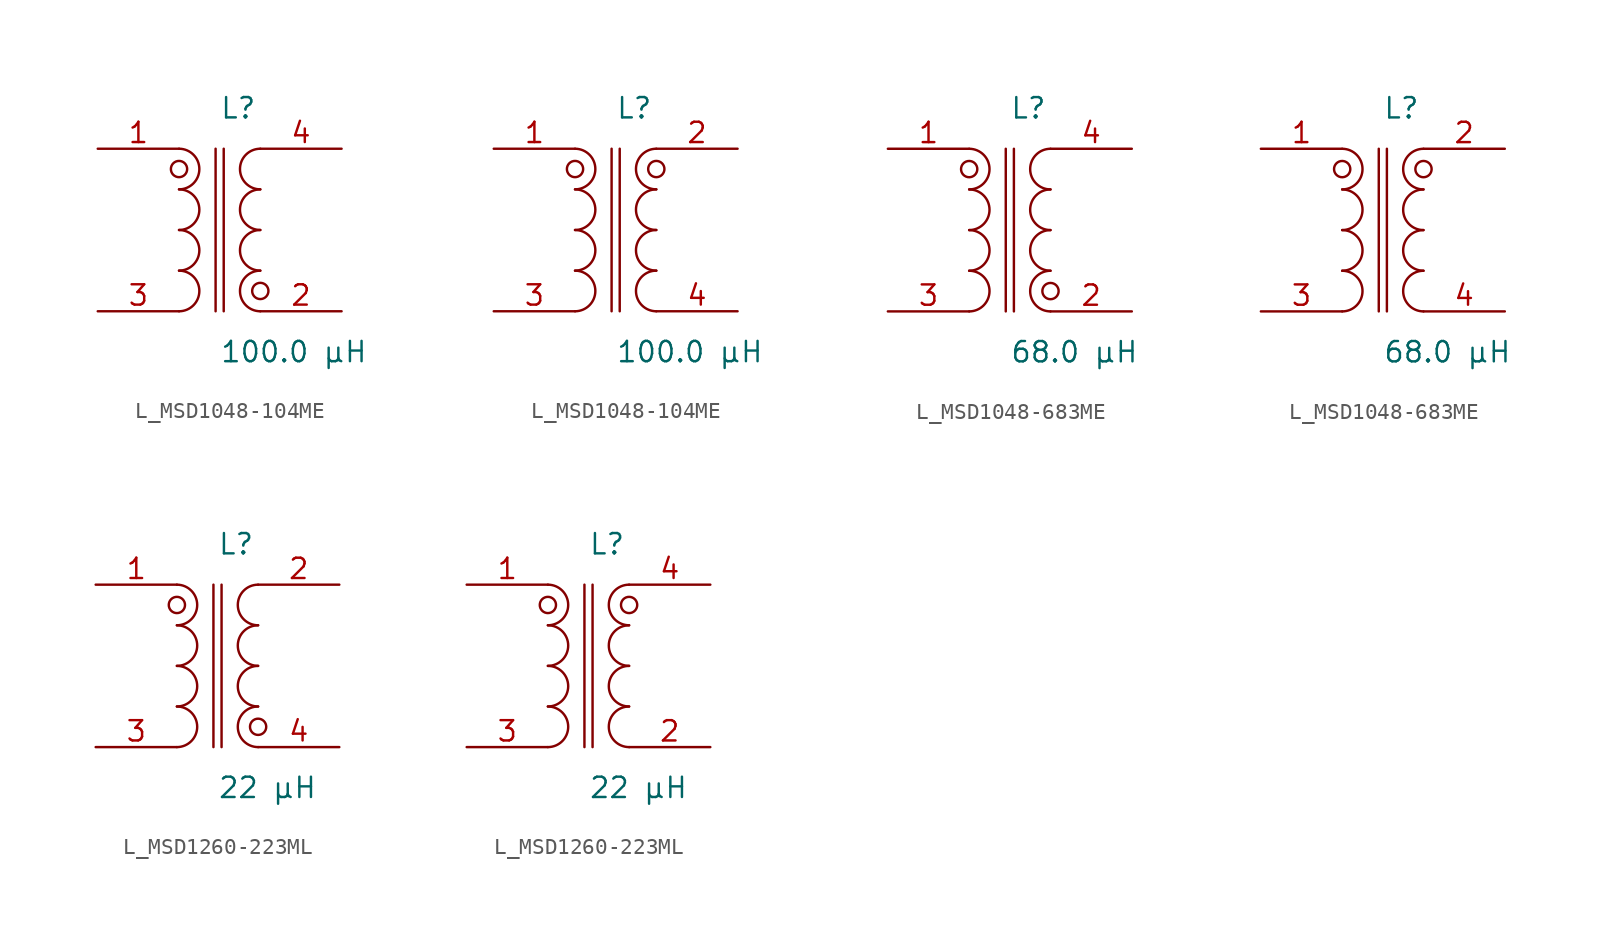
<source format=kicad_sym>
(kicad_symbol_lib
  (version 20231120)
  (generator kicad_symbol_editor)
  (generator_version 8.0)
  (symbol "L_MSD1048-104ME"
    (pin_names
      (offset 0.254))
    (property "Reference" "L"
      (at 0 7.62 0)
      (effects (font (size 1.27 1.27)) (justify left)))
    (property "Value" "100.0 µH"
      (at 0 -7.62 0)
      (effects (font (size 1.27 1.27)) (justify left)))
    (symbol "L_MSD1048-104ME_1_1"
      (arc (start -2.54 -5.08) (mid -1.27 -3.81) (end -2.54 -2.54) (stroke (width 0) (type default)) (fill (type none)))
      (arc (start -2.54 -2.54) (mid -1.27 -1.27) (end -2.54 0.0) (stroke (width 0) (type default)) (fill (type none)))
      (arc (start -2.54 0.0) (mid -1.27 1.27) (end -2.54 2.54) (stroke (width 0) (type default)) (fill (type none)))
      (arc (start -2.54 2.54) (mid -1.27 3.81) (end -2.54 5.08) (stroke (width 0) (type default)) (fill (type none)))
      (arc (start 2.54 -5.08) (mid 1.27 -3.81) (end 2.54 -2.54) (stroke (width 0) (type default)) (fill (type none)))
      (arc (start 2.54 -2.54) (mid 1.27 -1.27) (end 2.54 0.0) (stroke (width 0) (type default)) (fill (type none)))
      (arc (start 2.54 0.0) (mid 1.27 1.27) (end 2.54 2.54) (stroke (width 0) (type default)) (fill (type none)))
      (arc (start 2.54 2.54) (mid 1.27 3.81) (end 2.54 5.08) (stroke (width 0) (type default)) (fill (type none)))
      (circle (center -2.54 3.81) (radius 0.508) (stroke (width 0) (type default)) (fill (type none)))
      (circle (center 2.54 -3.81) (radius 0.508) (stroke (width 0) (type default)) (fill (type none)))
      (polyline (pts (xy -0.254 5.08) (xy -0.254 -5.08)) (stroke (width 0) (type default)) (fill (type none)))
      (polyline (pts (xy 0.254 5.08) (xy 0.254 -5.08)) (stroke (width 0) (type default)) (fill (type none)))
      (pin passive line (at -7.62 5.08 0) (length 5.08) (name "" (effects (font (size 1.27 1.27)))) (number "1" (effects (font (size 1.27 1.27)))))
      (pin passive line (at -7.62 -5.08 0) (length 5.08) (name "" (effects (font (size 1.27 1.27)))) (number "3" (effects (font (size 1.27 1.27)))))
      (pin passive line (at 7.62 5.08 180) (length 5.08) (name "" (effects (font (size 1.27 1.27)))) (number "4" (effects (font (size 1.27 1.27)))))
      (pin passive line (at 7.62 -5.08 180) (length 5.08) (name "" (effects (font (size 1.27 1.27)))) (number "2" (effects (font (size 1.27 1.27))))))
    (symbol "L_MSD1048-104ME_1_2"
      (arc (start -2.54 -5.08) (mid -1.27 -3.81) (end -2.54 -2.54) (stroke (width 0) (type default)) (fill (type none)))
      (arc (start -2.54 -2.54) (mid -1.27 -1.27) (end -2.54 0.0) (stroke (width 0) (type default)) (fill (type none)))
      (arc (start -2.54 0.0) (mid -1.27 1.27) (end -2.54 2.54) (stroke (width 0) (type default)) (fill (type none)))
      (arc (start -2.54 2.54) (mid -1.27 3.81) (end -2.54 5.08) (stroke (width 0) (type default)) (fill (type none)))
      (arc (start 2.54 -5.08) (mid 1.27 -3.81) (end 2.54 -2.54) (stroke (width 0) (type default)) (fill (type none)))
      (arc (start 2.54 -2.54) (mid 1.27 -1.27) (end 2.54 0.0) (stroke (width 0) (type default)) (fill (type none)))
      (arc (start 2.54 0.0) (mid 1.27 1.27) (end 2.54 2.54) (stroke (width 0) (type default)) (fill (type none)))
      (arc (start 2.54 2.54) (mid 1.27 3.81) (end 2.54 5.08) (stroke (width 0) (type default)) (fill (type none)))
      (circle (center -2.54 3.81) (radius 0.508) (stroke (width 0) (type default)) (fill (type none)))
      (circle (center 2.54 3.81) (radius 0.508) (stroke (width 0) (type default)) (fill (type none)))
      (polyline (pts (xy -0.254 5.08) (xy -0.254 -5.08)) (stroke (width 0) (type default)) (fill (type none)))
      (polyline (pts (xy 0.254 5.08) (xy 0.254 -5.08)) (stroke (width 0) (type default)) (fill (type none)))
      (pin passive line (at -7.62 5.08 0) (length 5.08) (name "" (effects (font (size 1.27 1.27)))) (number "1" (effects (font (size 1.27 1.27)))))
      (pin passive line (at -7.62 -5.08 0) (length 5.08) (name "" (effects (font (size 1.27 1.27)))) (number "3" (effects (font (size 1.27 1.27)))))
      (pin passive line (at 7.62 -5.08 180) (length 5.08) (name "" (effects (font (size 1.27 1.27)))) (number "4" (effects (font (size 1.27 1.27)))))
      (pin passive line (at 7.62 5.08 180) (length 5.08) (name "" (effects (font (size 1.27 1.27)))) (number "2" (effects (font (size 1.27 1.27)))))))
  (symbol "L_MSD1048-683ME"
    (pin_names
      (offset 0.254))
    (property "Reference" "L"
      (at 0 7.62 0)
      (effects (font (size 1.27 1.27)) (justify left)))
    (property "Value" "68.0 µH"
      (at 0 -7.62 0)
      (effects (font (size 1.27 1.27)) (justify left)))
    (symbol "L_MSD1048-683ME_1_1"
      (arc (start -2.54 -5.08) (mid -1.27 -3.81) (end -2.54 -2.54) (stroke (width 0) (type default)) (fill (type none)))
      (arc (start -2.54 -2.54) (mid -1.27 -1.27) (end -2.54 0.0) (stroke (width 0) (type default)) (fill (type none)))
      (arc (start -2.54 0.0) (mid -1.27 1.27) (end -2.54 2.54) (stroke (width 0) (type default)) (fill (type none)))
      (arc (start -2.54 2.54) (mid -1.27 3.81) (end -2.54 5.08) (stroke (width 0) (type default)) (fill (type none)))
      (arc (start 2.54 -5.08) (mid 1.27 -3.81) (end 2.54 -2.54) (stroke (width 0) (type default)) (fill (type none)))
      (arc (start 2.54 -2.54) (mid 1.27 -1.27) (end 2.54 0.0) (stroke (width 0) (type default)) (fill (type none)))
      (arc (start 2.54 0.0) (mid 1.27 1.27) (end 2.54 2.54) (stroke (width 0) (type default)) (fill (type none)))
      (arc (start 2.54 2.54) (mid 1.27 3.81) (end 2.54 5.08) (stroke (width 0) (type default)) (fill (type none)))
      (circle (center -2.54 3.81) (radius 0.508) (stroke (width 0) (type default)) (fill (type none)))
      (circle (center 2.54 -3.81) (radius 0.508) (stroke (width 0) (type default)) (fill (type none)))
      (polyline (pts (xy -0.254 5.08) (xy -0.254 -5.08)) (stroke (width 0) (type default)) (fill (type none)))
      (polyline (pts (xy 0.254 5.08) (xy 0.254 -5.08)) (stroke (width 0) (type default)) (fill (type none)))
      (pin passive line (at -7.62 5.08 0) (length 5.08) (name "" (effects (font (size 1.27 1.27)))) (number "1" (effects (font (size 1.27 1.27)))))
      (pin passive line (at -7.62 -5.08 0) (length 5.08) (name "" (effects (font (size 1.27 1.27)))) (number "3" (effects (font (size 1.27 1.27)))))
      (pin passive line (at 7.62 5.08 180) (length 5.08) (name "" (effects (font (size 1.27 1.27)))) (number "4" (effects (font (size 1.27 1.27)))))
      (pin passive line (at 7.62 -5.08 180) (length 5.08) (name "" (effects (font (size 1.27 1.27)))) (number "2" (effects (font (size 1.27 1.27))))))
    (symbol "L_MSD1048-683ME_1_2"
      (arc (start -2.54 -5.08) (mid -1.27 -3.81) (end -2.54 -2.54) (stroke (width 0) (type default)) (fill (type none)))
      (arc (start -2.54 -2.54) (mid -1.27 -1.27) (end -2.54 0.0) (stroke (width 0) (type default)) (fill (type none)))
      (arc (start -2.54 0.0) (mid -1.27 1.27) (end -2.54 2.54) (stroke (width 0) (type default)) (fill (type none)))
      (arc (start -2.54 2.54) (mid -1.27 3.81) (end -2.54 5.08) (stroke (width 0) (type default)) (fill (type none)))
      (arc (start 2.54 -5.08) (mid 1.27 -3.81) (end 2.54 -2.54) (stroke (width 0) (type default)) (fill (type none)))
      (arc (start 2.54 -2.54) (mid 1.27 -1.27) (end 2.54 0.0) (stroke (width 0) (type default)) (fill (type none)))
      (arc (start 2.54 0.0) (mid 1.27 1.27) (end 2.54 2.54) (stroke (width 0) (type default)) (fill (type none)))
      (arc (start 2.54 2.54) (mid 1.27 3.81) (end 2.54 5.08) (stroke (width 0) (type default)) (fill (type none)))
      (circle (center -2.54 3.81) (radius 0.508) (stroke (width 0) (type default)) (fill (type none)))
      (circle (center 2.54 3.81) (radius 0.508) (stroke (width 0) (type default)) (fill (type none)))
      (polyline (pts (xy -0.254 5.08) (xy -0.254 -5.08)) (stroke (width 0) (type default)) (fill (type none)))
      (polyline (pts (xy 0.254 5.08) (xy 0.254 -5.08)) (stroke (width 0) (type default)) (fill (type none)))
      (pin passive line (at -7.62 5.08 0) (length 5.08) (name "" (effects (font (size 1.27 1.27)))) (number "1" (effects (font (size 1.27 1.27)))))
      (pin passive line (at -7.62 -5.08 0) (length 5.08) (name "" (effects (font (size 1.27 1.27)))) (number "3" (effects (font (size 1.27 1.27)))))
      (pin passive line (at 7.62 -5.08 180) (length 5.08) (name "" (effects (font (size 1.27 1.27)))) (number "4" (effects (font (size 1.27 1.27)))))
      (pin passive line (at 7.62 5.08 180) (length 5.08) (name "" (effects (font (size 1.27 1.27)))) (number "2" (effects (font (size 1.27 1.27)))))))
  (symbol "L_MSD1260-223ML"
    (pin_names
      (offset 0.254))
    (property "Reference" "L"
      (at 0 7.62 0)
      (effects (font (size 1.27 1.27)) (justify left)))
    (property "Value" "22 µH"
      (at 0 -7.62 0)
      (effects (font (size 1.27 1.27)) (justify left)))
    (symbol "L_MSD1260-223ML_1_1"
      (arc (start -2.54 -5.08) (mid -1.27 -3.81) (end -2.54 -2.54) (stroke (width 0) (type default)) (fill (type none)))
      (arc (start -2.54 -2.54) (mid -1.27 -1.27) (end -2.54 0.0) (stroke (width 0) (type default)) (fill (type none)))
      (arc (start -2.54 0.0) (mid -1.27 1.27) (end -2.54 2.54) (stroke (width 0) (type default)) (fill (type none)))
      (arc (start -2.54 2.54) (mid -1.27 3.81) (end -2.54 5.08) (stroke (width 0) (type default)) (fill (type none)))
      (arc (start 2.54 -5.08) (mid 1.27 -3.81) (end 2.54 -2.54) (stroke (width 0) (type default)) (fill (type none)))
      (arc (start 2.54 -2.54) (mid 1.27 -1.27) (end 2.54 0.0) (stroke (width 0) (type default)) (fill (type none)))
      (arc (start 2.54 0.0) (mid 1.27 1.27) (end 2.54 2.54) (stroke (width 0) (type default)) (fill (type none)))
      (arc (start 2.54 2.54) (mid 1.27 3.81) (end 2.54 5.08) (stroke (width 0) (type default)) (fill (type none)))
      (circle (center -2.54 3.81) (radius 0.508) (stroke (width 0) (type default)) (fill (type none)))
      (circle (center 2.54 -3.81) (radius 0.508) (stroke (width 0) (type default)) (fill (type none)))
      (polyline (pts (xy -0.254 5.08) (xy -0.254 -5.08)) (stroke (width 0) (type default)) (fill (type none)))
      (polyline (pts (xy 0.254 5.08) (xy 0.254 -5.08)) (stroke (width 0) (type default)) (fill (type none)))
      (pin passive line (at -7.62 5.08 0) (length 5.08) (name "" (effects (font (size 1.27 1.27)))) (number "1" (effects (font (size 1.27 1.27)))))
      (pin passive line (at -7.62 -5.08 0) (length 5.08) (name "" (effects (font (size 1.27 1.27)))) (number "3" (effects (font (size 1.27 1.27)))))
      (pin passive line (at 7.62 5.08 180) (length 5.08) (name "" (effects (font (size 1.27 1.27)))) (number "2" (effects (font (size 1.27 1.27)))))
      (pin passive line (at 7.62 -5.08 180) (length 5.08) (name "" (effects (font (size 1.27 1.27)))) (number "4" (effects (font (size 1.27 1.27))))))
    (symbol "L_MSD1260-223ML_1_2"
      (arc (start -2.54 -5.08) (mid -1.27 -3.81) (end -2.54 -2.54) (stroke (width 0) (type default)) (fill (type none)))
      (arc (start -2.54 -2.54) (mid -1.27 -1.27) (end -2.54 0.0) (stroke (width 0) (type default)) (fill (type none)))
      (arc (start -2.54 0.0) (mid -1.27 1.27) (end -2.54 2.54) (stroke (width 0) (type default)) (fill (type none)))
      (arc (start -2.54 2.54) (mid -1.27 3.81) (end -2.54 5.08) (stroke (width 0) (type default)) (fill (type none)))
      (arc (start 2.54 -5.08) (mid 1.27 -3.81) (end 2.54 -2.54) (stroke (width 0) (type default)) (fill (type none)))
      (arc (start 2.54 -2.54) (mid 1.27 -1.27) (end 2.54 0.0) (stroke (width 0) (type default)) (fill (type none)))
      (arc (start 2.54 0.0) (mid 1.27 1.27) (end 2.54 2.54) (stroke (width 0) (type default)) (fill (type none)))
      (arc (start 2.54 2.54) (mid 1.27 3.81) (end 2.54 5.08) (stroke (width 0) (type default)) (fill (type none)))
      (circle (center -2.54 3.81) (radius 0.508) (stroke (width 0) (type default)) (fill (type none)))
      (circle (center 2.54 3.81) (radius 0.508) (stroke (width 0) (type default)) (fill (type none)))
      (polyline (pts (xy -0.254 5.08) (xy -0.254 -5.08)) (stroke (width 0) (type default)) (fill (type none)))
      (polyline (pts (xy 0.254 5.08) (xy 0.254 -5.08)) (stroke (width 0) (type default)) (fill (type none)))
      (pin passive line (at -7.62 5.08 0) (length 5.08) (name "" (effects (font (size 1.27 1.27)))) (number "1" (effects (font (size 1.27 1.27)))))
      (pin passive line (at -7.62 -5.08 0) (length 5.08) (name "" (effects (font (size 1.27 1.27)))) (number "3" (effects (font (size 1.27 1.27)))))
      (pin passive line (at 7.62 -5.08 180) (length 5.08) (name "" (effects (font (size 1.27 1.27)))) (number "2" (effects (font (size 1.27 1.27)))))
      (pin passive line (at 7.62 5.08 180) (length 5.08) (name "" (effects (font (size 1.27 1.27)))) (number "4" (effects (font (size 1.27 1.27))))))))
</source>
